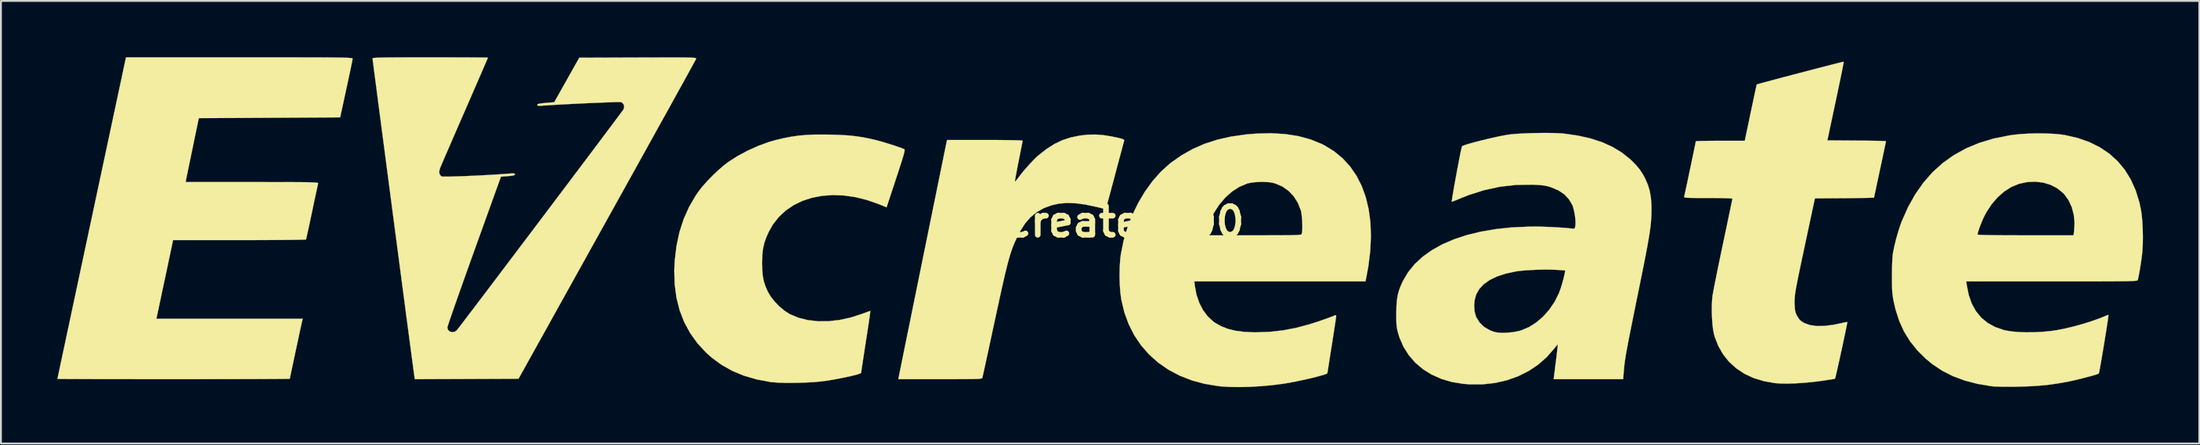
<source format=kicad_pcb>
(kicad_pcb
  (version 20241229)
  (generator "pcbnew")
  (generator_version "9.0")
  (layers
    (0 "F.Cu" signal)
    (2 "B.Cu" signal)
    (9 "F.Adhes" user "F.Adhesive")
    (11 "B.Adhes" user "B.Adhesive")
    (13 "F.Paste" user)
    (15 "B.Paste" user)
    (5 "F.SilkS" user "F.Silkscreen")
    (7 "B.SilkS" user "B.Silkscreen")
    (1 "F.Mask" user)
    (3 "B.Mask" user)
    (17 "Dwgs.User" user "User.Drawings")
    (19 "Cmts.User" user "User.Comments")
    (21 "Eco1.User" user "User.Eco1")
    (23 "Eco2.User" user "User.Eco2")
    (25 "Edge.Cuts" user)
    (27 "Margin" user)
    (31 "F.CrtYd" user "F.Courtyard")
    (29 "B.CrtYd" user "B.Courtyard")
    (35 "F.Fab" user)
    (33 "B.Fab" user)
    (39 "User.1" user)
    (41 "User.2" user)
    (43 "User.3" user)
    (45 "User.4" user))
  (footprint "EVcreate_600"
    (layer "F.Cu")
    (at 55.462 8.768)
    (property "Reference" "EVcreate_600" (at 0 0 0) (layer "F.SilkS") (effects (font (size 1.524 1.524) (thickness 0.3))))
    (attr through_hole)
    (fp_poly (pts (xy -14.321 -4.645) (xy -13.825 -4.629) (xy -13.391 -4.603) (xy -12.998 -4.563) (xy -12.623 -4.507) (xy -12.246 -4.432) (xy -11.856 -4.34) (xy -11.672 -4.29) (xy -11.454 -4.226) (xy -11.219 -4.154) (xy -10.983 -4.079) (xy -10.766 -4.006) (xy -10.583 -3.942) (xy -10.453 -3.892) (xy -10.403 -3.869) (xy -10.389 -3.85) (xy -10.385 -3.811) (xy -10.394 -3.744) (xy -10.418 -3.642) (xy -10.458 -3.496) (xy -10.517 -3.301) (xy -10.597 -3.049) (xy -10.7 -2.731) (xy -10.828 -2.342) (xy -10.841 -2.302) (xy -11.345 -0.774) (xy -11.758 -0.941) (xy -12.389 -1.163) (xy -13.013 -1.317) (xy -13.623 -1.404) (xy -14.214 -1.426) (xy -14.782 -1.385) (xy -15.32 -1.28) (xy -15.824 -1.115) (xy -16.287 -0.889) (xy -16.706 -0.605) (xy -17.075 -0.263) (xy -17.387 0.134) (xy -17.61 0.526) (xy -17.752 0.846) (xy -17.854 1.144) (xy -17.92 1.445) (xy -17.957 1.773) (xy -17.969 2.156) (xy -17.969 2.223) (xy -17.959 2.587) (xy -17.93 2.892) (xy -17.877 3.163) (xy -17.793 3.423) (xy -17.675 3.697) (xy -17.662 3.725) (xy -17.506 3.987) (xy -17.291 4.258) (xy -17.038 4.517) (xy -16.768 4.742) (xy -16.501 4.914) (xy -16.487 4.921) (xy -16.032 5.111) (xy -15.53 5.237) (xy -14.992 5.298) (xy -14.424 5.295) (xy -13.837 5.228) (xy -13.24 5.096) (xy -12.64 4.901) (xy -12.608 4.889) (xy -12.442 4.827) (xy -12.31 4.78) (xy -12.227 4.755) (xy -12.209 4.753) (xy -12.212 4.796) (xy -12.228 4.914) (xy -12.253 5.097) (xy -12.288 5.337) (xy -12.331 5.623) (xy -12.38 5.949) (xy -12.435 6.303) (xy -12.448 6.388) (xy -12.504 6.749) (xy -12.556 7.084) (xy -12.601 7.383) (xy -12.64 7.638) (xy -12.67 7.839) (xy -12.691 7.977) (xy -12.7 8.043) (xy -12.7 8.046) (xy -12.74 8.076) (xy -12.853 8.117) (xy -13.029 8.166) (xy -13.257 8.222) (xy -13.526 8.281) (xy -13.827 8.341) (xy -14.148 8.401) (xy -14.48 8.457) (xy -14.584 8.473) (xy -14.868 8.509) (xy -15.209 8.538) (xy -15.586 8.56) (xy -15.982 8.574) (xy -16.378 8.58) (xy -16.757 8.579) (xy -17.099 8.568) (xy -17.386 8.549) (xy -17.526 8.533) (xy -18.258 8.395) (xy -18.931 8.199) (xy -19.55 7.942) (xy -20.118 7.624) (xy -20.641 7.241) (xy -20.946 6.968) (xy -21.408 6.469) (xy -21.796 5.926) (xy -22.112 5.342) (xy -22.354 4.715) (xy -22.523 4.046) (xy -22.618 3.334) (xy -22.64 2.581) (xy -22.615 2.064) (xy -22.52 1.276) (xy -22.362 0.541) (xy -22.14 -0.148) (xy -21.85 -0.796) (xy -21.492 -1.41) (xy -21.365 -1.596) (xy -21.158 -1.863) (xy -20.899 -2.156) (xy -20.609 -2.457) (xy -20.304 -2.746) (xy -20.007 -3.003) (xy -19.769 -3.186) (xy -19.284 -3.498) (xy -18.744 -3.788) (xy -18.177 -4.043) (xy -17.61 -4.251) (xy -17.243 -4.357) (xy -16.814 -4.459) (xy -16.409 -4.537) (xy -16.009 -4.593) (xy -15.594 -4.629) (xy -15.145 -4.648) (xy -14.643 -4.65) (xy -14.321 -4.645)) (stroke (width 0.01) (type solid)) (fill yes) (layer "F.SilkS"))
    (fp_poly (pts (xy 0.167 -4.622) (xy 0.611 -4.552) (xy 0.944 -4.481) (xy 1.124 -4.436) (xy 1.234 -4.401) (xy 1.287 -4.368) (xy 1.297 -4.331) (xy 1.295 -4.325) (xy 1.28 -4.27) (xy 1.246 -4.142) (xy 1.195 -3.95) (xy 1.129 -3.703) (xy 1.05 -3.408) (xy 0.961 -3.076) (xy 0.865 -2.714) (xy 0.802 -2.477) (xy 0.702 -2.103) (xy 0.609 -1.756) (xy 0.526 -1.444) (xy 0.453 -1.174) (xy 0.394 -0.956) (xy 0.35 -0.797) (xy 0.325 -0.706) (xy 0.319 -0.687) (xy 0.276 -0.692) (xy 0.168 -0.714) (xy 0.009 -0.75) (xy -0.183 -0.796) (xy -0.199 -0.8) (xy -0.767 -0.92) (xy -1.277 -0.989) (xy -1.741 -1.006) (xy -2.167 -0.97) (xy -2.567 -0.882) (xy -2.949 -0.741) (xy -3.003 -0.717) (xy -3.363 -0.512) (xy -3.682 -0.251) (xy -3.966 0.074) (xy -4.222 0.471) (xy -4.361 0.739) (xy -4.44 0.904) (xy -4.512 1.06) (xy -4.578 1.215) (xy -4.641 1.374) (xy -4.702 1.545) (xy -4.763 1.732) (xy -4.825 1.942) (xy -4.891 2.182) (xy -4.961 2.457) (xy -5.038 2.773) (xy -5.122 3.138) (xy -5.217 3.556) (xy -5.322 4.035) (xy -5.441 4.58) (xy -5.574 5.198) (xy -5.672 5.652) (xy -5.77 6.108) (xy -5.863 6.541) (xy -5.95 6.944) (xy -6.029 7.308) (xy -6.098 7.627) (xy -6.156 7.894) (xy -6.202 8.1) (xy -6.233 8.24) (xy -6.248 8.305) (xy -6.249 8.308) (xy -6.258 8.324) (xy -6.279 8.338) (xy -6.319 8.349) (xy -6.385 8.359) (xy -6.484 8.366) (xy -6.621 8.372) (xy -6.805 8.376) (xy -7.041 8.379) (xy -7.337 8.38) (xy -7.699 8.382) (xy -8.134 8.382) (xy -8.496 8.382) (xy -10.721 8.382) (xy -10.697 8.266) (xy -10.67 8.129) (xy -10.628 7.922) (xy -10.573 7.649) (xy -10.505 7.316) (xy -10.427 6.929) (xy -10.338 6.493) (xy -10.241 6.013) (xy -10.135 5.496) (xy -10.024 4.947) (xy -9.907 4.371) (xy -9.785 3.774) (xy -9.661 3.161) (xy -9.534 2.538) (xy -9.407 1.911) (xy -9.279 1.285) (xy -9.153 0.665) (xy -9.03 0.058) (xy -8.91 -0.532) (xy -8.794 -1.099) (xy -8.685 -1.636) (xy -8.582 -2.14) (xy -8.488 -2.603) (xy -8.403 -3.021) (xy -8.328 -3.388) (xy -8.265 -3.699) (xy -8.214 -3.947) (xy -8.177 -4.128) (xy -8.155 -4.236) (xy -8.149 -4.265) (xy -8.126 -4.36) (xy -6.116 -4.36) (xy -5.713 -4.36) (xy -5.336 -4.358) (xy -4.995 -4.354) (xy -4.698 -4.35) (xy -4.452 -4.345) (xy -4.266 -4.339) (xy -4.148 -4.333) (xy -4.106 -4.326) (xy -4.106 -4.326) (xy -4.114 -4.277) (xy -4.137 -4.156) (xy -4.172 -3.976) (xy -4.217 -3.746) (xy -4.27 -3.48) (xy -4.318 -3.237) (xy -4.376 -2.949) (xy -4.426 -2.688) (xy -4.468 -2.465) (xy -4.498 -2.293) (xy -4.516 -2.183) (xy -4.519 -2.147) (xy -4.491 -2.158) (xy -4.431 -2.224) (xy -4.378 -2.294) (xy -4.201 -2.529) (xy -3.989 -2.787) (xy -3.761 -3.045) (xy -3.536 -3.285) (xy -3.332 -3.483) (xy -3.262 -3.544) (xy -2.832 -3.882) (xy -2.413 -4.148) (xy -1.988 -4.351) (xy -1.539 -4.497) (xy -1.058 -4.595) (xy -0.645 -4.642) (xy -0.244 -4.651) (xy 0.167 -4.622)) (stroke (width 0.01) (type solid)) (fill yes) (layer "F.SilkS"))
    (fp_poly (pts (xy 9.876 -4.674) (xy 10.575 -4.563) (xy 11.22 -4.386) (xy 11.812 -4.144) (xy 11.951 -4.074) (xy 12.465 -3.757) (xy 12.921 -3.38) (xy 13.318 -2.945) (xy 13.655 -2.455) (xy 13.932 -1.911) (xy 14.148 -1.317) (xy 14.302 -0.673) (xy 14.394 0.018) (xy 14.423 0.754) (xy 14.388 1.532) (xy 14.289 2.35) (xy 14.179 2.953) (xy 14.133 3.175) (xy 5.026 3.175) (xy 5.055 3.418) (xy 5.143 3.884) (xy 5.29 4.316) (xy 5.492 4.705) (xy 5.742 5.04) (xy 6.036 5.312) (xy 6.16 5.398) (xy 6.479 5.574) (xy 6.825 5.707) (xy 7.21 5.802) (xy 7.646 5.861) (xy 8.145 5.886) (xy 8.319 5.887) (xy 9.034 5.862) (xy 9.73 5.785) (xy 10.428 5.653) (xy 11.147 5.461) (xy 11.599 5.316) (xy 11.834 5.235) (xy 12.053 5.158) (xy 12.237 5.091) (xy 12.369 5.041) (xy 12.414 5.022) (xy 12.515 4.98) (xy 12.56 4.976) (xy 12.573 5.009) (xy 12.573 5.03) (xy 12.567 5.09) (xy 12.548 5.222) (xy 12.519 5.418) (xy 12.482 5.667) (xy 12.437 5.959) (xy 12.386 6.284) (xy 12.34 6.577) (xy 12.286 6.919) (xy 12.236 7.234) (xy 12.193 7.512) (xy 12.156 7.743) (xy 12.129 7.919) (xy 12.112 8.029) (xy 12.107 8.064) (xy 12.068 8.093) (xy 11.956 8.136) (xy 11.784 8.188) (xy 11.564 8.248) (xy 11.306 8.313) (xy 11.022 8.38) (xy 10.723 8.445) (xy 10.422 8.508) (xy 10.129 8.564) (xy 9.856 8.612) (xy 9.716 8.633) (xy 9.15 8.705) (xy 8.568 8.757) (xy 7.987 8.791) (xy 7.428 8.804) (xy 6.908 8.797) (xy 6.445 8.768) (xy 6.329 8.756) (xy 5.589 8.635) (xy 4.894 8.448) (xy 4.248 8.195) (xy 3.652 7.88) (xy 3.11 7.505) (xy 2.625 7.073) (xy 2.199 6.586) (xy 1.835 6.047) (xy 1.536 5.457) (xy 1.304 4.821) (xy 1.143 4.139) (xy 1.14 4.121) (xy 1.091 3.751) (xy 1.061 3.327) (xy 1.05 2.876) (xy 1.058 2.428) (xy 1.085 2.011) (xy 1.118 1.736) (xy 1.261 1.021) (xy 1.349 0.72) (xy 5.593 0.72) (xy 8.153 0.72) (xy 8.683 0.72) (xy 9.135 0.719) (xy 9.515 0.718) (xy 9.83 0.716) (xy 10.085 0.714) (xy 10.287 0.71) (xy 10.442 0.705) (xy 10.557 0.699) (xy 10.637 0.691) (xy 10.69 0.681) (xy 10.722 0.669) (xy 10.738 0.655) (xy 10.743 0.646) (xy 10.764 0.542) (xy 10.774 0.376) (xy 10.775 0.17) (xy 10.766 -0.054) (xy 10.749 -0.273) (xy 10.725 -0.466) (xy 10.695 -0.611) (xy 10.694 -0.614) (xy 10.534 -1.015) (xy 10.313 -1.364) (xy 10.036 -1.655) (xy 9.708 -1.883) (xy 9.336 -2.042) (xy 9.203 -2.079) (xy 8.977 -2.114) (xy 8.703 -2.128) (xy 8.411 -2.123) (xy 8.131 -2.098) (xy 7.894 -2.055) (xy 7.832 -2.037) (xy 7.422 -1.863) (xy 7.035 -1.614) (xy 6.677 -1.295) (xy 6.353 -0.913) (xy 6.07 -0.475) (xy 5.832 0.012) (xy 5.656 0.506) (xy 5.593 0.72) (xy 1.349 0.72) (xy 1.466 0.319) (xy 1.729 -0.362) (xy 2.044 -1.01) (xy 2.405 -1.618) (xy 2.808 -2.175) (xy 3.248 -2.671) (xy 3.719 -3.097) (xy 3.785 -3.149) (xy 4.352 -3.547) (xy 4.947 -3.882) (xy 5.578 -4.158) (xy 6.252 -4.377) (xy 6.976 -4.541) (xy 7.758 -4.653) (xy 8.318 -4.7) (xy 9.124 -4.72) (xy 9.876 -4.674)) (stroke (width 0.01) (type solid)) (fill yes) (layer "F.SilkS"))
    (fp_poly (pts (xy -44.945 -8.763) (xy -44.191 -8.763) (xy -43.514 -8.763) (xy -42.909 -8.762) (xy -42.372 -8.761) (xy -41.899 -8.76) (xy -41.487 -8.759) (xy -41.131 -8.757) (xy -40.827 -8.754) (xy -40.571 -8.752) (xy -40.359 -8.748) (xy -40.186 -8.744) (xy -40.05 -8.74) (xy -39.945 -8.734) (xy -39.868 -8.728) (xy -39.814 -8.721) (xy -39.78 -8.713) (xy -39.761 -8.704) (xy -39.753 -8.695) (xy -39.753 -8.689) (xy -39.762 -8.632) (xy -39.787 -8.502) (xy -39.826 -8.308) (xy -39.877 -8.061) (xy -39.939 -7.77) (xy -40.008 -7.446) (xy -40.083 -7.096) (xy -40.085 -7.091) (xy -40.415 -5.567) (xy -47.936 -5.524) (xy -48.26 -3.958) (xy -48.334 -3.6) (xy -48.404 -3.263) (xy -48.467 -2.958) (xy -48.521 -2.695) (xy -48.564 -2.484) (xy -48.595 -2.334) (xy -48.611 -2.257) (xy -48.611 -2.254) (xy -48.639 -2.117) (xy -45.102 -2.117) (xy -44.473 -2.117) (xy -43.922 -2.116) (xy -43.446 -2.116) (xy -43.039 -2.115) (xy -42.695 -2.113) (xy -42.409 -2.111) (xy -42.177 -2.108) (xy -41.992 -2.104) (xy -41.849 -2.099) (xy -41.744 -2.093) (xy -41.67 -2.086) (xy -41.623 -2.077) (xy -41.597 -2.067) (xy -41.587 -2.055) (xy -41.587 -2.043) (xy -41.601 -1.985) (xy -41.63 -1.854) (xy -41.672 -1.661) (xy -41.724 -1.415) (xy -41.786 -1.127) (xy -41.853 -0.806) (xy -41.911 -0.53) (xy -41.983 -0.192) (xy -42.049 0.119) (xy -42.109 0.394) (xy -42.159 0.624) (xy -42.198 0.798) (xy -42.224 0.907) (xy -42.234 0.941) (xy -42.278 0.946) (xy -42.401 0.951) (xy -42.596 0.955) (xy -42.857 0.959) (xy -43.177 0.963) (xy -43.551 0.966) (xy -43.972 0.969) (xy -44.434 0.971) (xy -44.93 0.973) (xy -45.455 0.974) (xy -45.779 0.974) (xy -49.304 0.974) (xy -49.57 2.233) (xy -49.648 2.602) (xy -49.731 2.993) (xy -49.814 3.384) (xy -49.893 3.755) (xy -49.962 4.083) (xy -50.015 4.329) (xy -50.192 5.165) (xy -42.409 5.165) (xy -42.433 5.26) (xy -42.448 5.327) (xy -42.478 5.463) (xy -42.52 5.655) (xy -42.571 5.894) (xy -42.63 6.167) (xy -42.693 6.464) (xy -42.76 6.773) (xy -42.826 7.083) (xy -42.89 7.384) (xy -42.949 7.663) (xy -43.002 7.911) (xy -43.045 8.115) (xy -43.076 8.264) (xy -43.093 8.348) (xy -43.095 8.361) (xy -43.137 8.364) (xy -43.258 8.366) (xy -43.455 8.368) (xy -43.723 8.37) (xy -44.056 8.372) (xy -44.45 8.374) (xy -44.902 8.376) (xy -45.404 8.377) (xy -45.954 8.379) (xy -46.547 8.38) (xy -47.177 8.381) (xy -47.84 8.381) (xy -48.532 8.382) (xy -49.248 8.382) (xy -49.276 8.382) (xy -49.992 8.382) (xy -50.685 8.382) (xy -51.349 8.381) (xy -51.981 8.38) (xy -52.575 8.38) (xy -53.127 8.379) (xy -53.632 8.378) (xy -54.085 8.376) (xy -54.482 8.375) (xy -54.818 8.374) (xy -55.088 8.372) (xy -55.287 8.371) (xy -55.412 8.369) (xy -55.457 8.367) (xy -55.457 8.367) (xy -55.448 8.325) (xy -55.422 8.204) (xy -55.381 8.008) (xy -55.324 7.74) (xy -55.253 7.406) (xy -55.169 7.008) (xy -55.071 6.551) (xy -54.962 6.038) (xy -54.842 5.473) (xy -54.712 4.861) (xy -54.572 4.204) (xy -54.424 3.508) (xy -54.268 2.776) (xy -54.105 2.011) (xy -53.936 1.218) (xy -53.762 0.401) (xy -53.657 -0.089) (xy -53.48 -0.92) (xy -53.308 -1.731) (xy -53.14 -2.516) (xy -52.979 -3.272) (xy -52.825 -3.994) (xy -52.679 -4.68) (xy -52.542 -5.324) (xy -52.414 -5.924) (xy -52.296 -6.475) (xy -52.19 -6.973) (xy -52.096 -7.413) (xy -52.015 -7.794) (xy -51.948 -8.109) (xy -51.896 -8.356) (xy -51.859 -8.53) (xy -51.838 -8.627) (xy -51.834 -8.647) (xy -51.809 -8.763) (xy -45.78 -8.763) (xy -44.945 -8.763)) (stroke (width 0.01) (type solid)) (fill yes) (layer "F.SilkS"))
    (fp_poly (pts (xy 50.304 -4.707) (xy 50.721 -4.69) (xy 51.093 -4.658) (xy 51.351 -4.621) (xy 52.028 -4.465) (xy 52.646 -4.247) (xy 53.206 -3.969) (xy 53.707 -3.63) (xy 54.147 -3.232) (xy 54.528 -2.774) (xy 54.847 -2.257) (xy 55.106 -1.682) (xy 55.302 -1.049) (xy 55.395 -0.614) (xy 55.435 -0.327) (xy 55.465 0.02) (xy 55.484 0.403) (xy 55.492 0.796) (xy 55.487 1.176) (xy 55.469 1.519) (xy 55.459 1.632) (xy 55.433 1.858) (xy 55.398 2.114) (xy 55.357 2.38) (xy 55.315 2.636) (xy 55.273 2.86) (xy 55.237 3.033) (xy 55.219 3.101) (xy 55.212 3.113) (xy 55.195 3.123) (xy 55.165 3.132) (xy 55.115 3.14) (xy 55.041 3.147) (xy 54.939 3.153) (xy 54.804 3.158) (xy 54.631 3.163) (xy 54.415 3.166) (xy 54.152 3.169) (xy 53.837 3.171) (xy 53.465 3.172) (xy 53.032 3.174) (xy 52.532 3.174) (xy 51.962 3.175) (xy 51.316 3.175) (xy 50.646 3.175) (xy 46.096 3.175) (xy 46.123 3.376) (xy 46.228 3.9) (xy 46.391 4.363) (xy 46.613 4.765) (xy 46.893 5.105) (xy 47.232 5.385) (xy 47.63 5.604) (xy 48.086 5.762) (xy 48.148 5.778) (xy 48.457 5.834) (xy 48.83 5.87) (xy 49.248 5.887) (xy 49.692 5.884) (xy 50.145 5.862) (xy 50.586 5.819) (xy 50.864 5.78) (xy 51.294 5.698) (xy 51.767 5.587) (xy 52.254 5.453) (xy 52.73 5.305) (xy 53.168 5.15) (xy 53.441 5.04) (xy 53.558 4.992) (xy 53.638 4.965) (xy 53.659 4.963) (xy 53.658 5.008) (xy 53.643 5.125) (xy 53.618 5.304) (xy 53.583 5.531) (xy 53.542 5.797) (xy 53.495 6.091) (xy 53.445 6.399) (xy 53.394 6.713) (xy 53.342 7.019) (xy 53.293 7.307) (xy 53.248 7.566) (xy 53.209 7.784) (xy 53.177 7.95) (xy 53.155 8.053) (xy 53.146 8.082) (xy 53.088 8.109) (xy 52.962 8.15) (xy 52.783 8.203) (xy 52.566 8.262) (xy 52.325 8.325) (xy 52.076 8.387) (xy 51.834 8.445) (xy 51.612 8.494) (xy 51.52 8.512) (xy 50.984 8.609) (xy 50.469 8.682) (xy 49.95 8.733) (xy 49.4 8.766) (xy 48.81 8.783) (xy 48.501 8.787) (xy 48.201 8.786) (xy 47.926 8.783) (xy 47.694 8.776) (xy 47.52 8.767) (xy 47.456 8.761) (xy 46.703 8.636) (xy 46.012 8.456) (xy 45.379 8.219) (xy 44.8 7.924) (xy 44.271 7.568) (xy 43.942 7.295) (xy 43.484 6.839) (xy 43.1 6.357) (xy 42.784 5.842) (xy 42.53 5.281) (xy 42.333 4.667) (xy 42.238 4.257) (xy 42.204 4.08) (xy 42.18 3.915) (xy 42.162 3.743) (xy 42.151 3.546) (xy 42.145 3.306) (xy 42.143 3.007) (xy 42.143 2.879) (xy 42.146 2.505) (xy 42.156 2.177) (xy 42.171 1.905) (xy 42.191 1.702) (xy 42.199 1.651) (xy 42.268 1.313) (xy 42.358 0.941) (xy 42.433 0.674) (xy 46.694 0.674) (xy 46.725 0.685) (xy 46.823 0.694) (xy 46.988 0.701) (xy 47.223 0.707) (xy 47.532 0.712) (xy 47.916 0.716) (xy 48.378 0.718) (xy 48.921 0.72) (xy 49.249 0.72) (xy 51.804 0.72) (xy 51.831 0.523) (xy 51.859 0.068) (xy 51.818 -0.369) (xy 51.711 -0.777) (xy 51.541 -1.146) (xy 51.312 -1.465) (xy 51.24 -1.541) (xy 50.935 -1.787) (xy 50.582 -1.971) (xy 50.192 -2.089) (xy 49.776 -2.139) (xy 49.346 -2.12) (xy 48.912 -2.028) (xy 48.895 -2.023) (xy 48.499 -1.86) (xy 48.12 -1.619) (xy 47.766 -1.309) (xy 47.445 -0.935) (xy 47.164 -0.506) (xy 47.059 -0.308) (xy 46.984 -0.148) (xy 46.905 0.039) (xy 46.829 0.234) (xy 46.764 0.417) (xy 46.716 0.567) (xy 46.694 0.663) (xy 46.694 0.674) (xy 42.433 0.674) (xy 42.463 0.567) (xy 42.572 0.222) (xy 42.659 -0.016) (xy 42.995 -0.774) (xy 43.38 -1.464) (xy 43.816 -2.086) (xy 44.302 -2.641) (xy 44.84 -3.129) (xy 45.431 -3.551) (xy 46.075 -3.908) (xy 46.774 -4.201) (xy 47.529 -4.43) (xy 48.339 -4.595) (xy 48.627 -4.637) (xy 49.005 -4.676) (xy 49.425 -4.701) (xy 49.865 -4.711) (xy 50.304 -4.707)) (stroke (width 0.01) (type solid)) (fill yes) (layer "F.SilkS"))
    (fp_poly (pts (xy 39.571 -8.485) (xy 39.549 -8.367) (xy 39.514 -8.181) (xy 39.465 -7.937) (xy 39.404 -7.641) (xy 39.334 -7.302) (xy 39.256 -6.927) (xy 39.171 -6.525) (xy 39.15 -6.425) (xy 38.706 -4.339) (xy 40.265 -4.328) (xy 40.619 -4.325) (xy 40.945 -4.321) (xy 41.234 -4.317) (xy 41.475 -4.312) (xy 41.66 -4.307) (xy 41.78 -4.302) (xy 41.825 -4.297) (xy 41.825 -4.297) (xy 41.817 -4.252) (xy 41.792 -4.134) (xy 41.754 -3.953) (xy 41.704 -3.716) (xy 41.645 -3.435) (xy 41.577 -3.118) (xy 41.508 -2.794) (xy 41.435 -2.452) (xy 41.368 -2.137) (xy 41.308 -1.857) (xy 41.259 -1.624) (xy 41.221 -1.445) (xy 41.198 -1.331) (xy 41.19 -1.291) (xy 41.15 -1.286) (xy 41.033 -1.281) (xy 40.851 -1.276) (xy 40.612 -1.272) (xy 40.326 -1.267) (xy 40.001 -1.263) (xy 39.647 -1.26) (xy 39.616 -1.26) (xy 38.043 -1.249) (xy 37.564 0.995) (xy 37.444 1.559) (xy 37.34 2.047) (xy 37.252 2.467) (xy 37.178 2.823) (xy 37.117 3.124) (xy 37.069 3.375) (xy 37.03 3.585) (xy 37.002 3.758) (xy 36.982 3.903) (xy 36.969 4.026) (xy 36.962 4.133) (xy 36.959 4.232) (xy 36.961 4.329) (xy 36.964 4.419) (xy 36.977 4.62) (xy 36.997 4.764) (xy 37.033 4.882) (xy 37.091 5.003) (xy 37.111 5.04) (xy 37.21 5.192) (xy 37.321 5.298) (xy 37.478 5.392) (xy 37.479 5.393) (xy 37.772 5.5) (xy 38.127 5.552) (xy 38.541 5.548) (xy 39.013 5.489) (xy 39.383 5.413) (xy 39.549 5.376) (xy 39.679 5.35) (xy 39.756 5.339) (xy 39.768 5.34) (xy 39.763 5.384) (xy 39.741 5.499) (xy 39.706 5.675) (xy 39.66 5.899) (xy 39.605 6.16) (xy 39.544 6.448) (xy 39.479 6.75) (xy 39.412 7.056) (xy 39.347 7.355) (xy 39.285 7.634) (xy 39.229 7.883) (xy 39.181 8.091) (xy 39.144 8.246) (xy 39.121 8.337) (xy 39.114 8.356) (xy 39.067 8.369) (xy 38.949 8.39) (xy 38.774 8.418) (xy 38.555 8.451) (xy 38.305 8.487) (xy 38.289 8.489) (xy 37.857 8.541) (xy 37.421 8.58) (xy 36.997 8.607) (xy 36.601 8.619) (xy 36.251 8.616) (xy 35.963 8.598) (xy 35.911 8.592) (xy 35.315 8.485) (xy 34.779 8.321) (xy 34.298 8.097) (xy 33.867 7.811) (xy 33.481 7.461) (xy 33.453 7.432) (xy 33.155 7.054) (xy 32.908 6.62) (xy 32.721 6.147) (xy 32.676 5.99) (xy 32.63 5.76) (xy 32.595 5.469) (xy 32.571 5.138) (xy 32.559 4.791) (xy 32.56 4.451) (xy 32.576 4.139) (xy 32.595 3.954) (xy 32.613 3.843) (xy 32.647 3.657) (xy 32.695 3.407) (xy 32.756 3.1) (xy 32.827 2.746) (xy 32.907 2.354) (xy 32.994 1.933) (xy 33.086 1.491) (xy 33.15 1.188) (xy 33.242 0.751) (xy 33.329 0.338) (xy 33.409 -0.043) (xy 33.48 -0.384) (xy 33.542 -0.678) (xy 33.591 -0.918) (xy 33.628 -1.095) (xy 33.649 -1.204) (xy 33.655 -1.235) (xy 33.614 -1.244) (xy 33.499 -1.252) (xy 33.32 -1.259) (xy 33.087 -1.264) (xy 32.81 -1.268) (xy 32.5 -1.27) (xy 32.361 -1.27) (xy 31.996 -1.27) (xy 31.707 -1.271) (xy 31.485 -1.274) (xy 31.322 -1.278) (xy 31.21 -1.285) (xy 31.139 -1.294) (xy 31.101 -1.307) (xy 31.087 -1.324) (xy 31.089 -1.344) (xy 31.103 -1.403) (xy 31.131 -1.531) (xy 31.171 -1.717) (xy 31.221 -1.949) (xy 31.278 -2.217) (xy 31.339 -2.508) (xy 31.403 -2.81) (xy 31.466 -3.113) (xy 31.527 -3.404) (xy 31.583 -3.673) (xy 31.631 -3.907) (xy 31.67 -4.095) (xy 31.696 -4.226) (xy 31.707 -4.287) (xy 31.708 -4.29) (xy 31.748 -4.297) (xy 31.863 -4.303) (xy 32.043 -4.309) (xy 32.276 -4.313) (xy 32.553 -4.316) (xy 32.864 -4.318) (xy 33.01 -4.318) (xy 34.313 -4.318) (xy 34.626 -5.81) (xy 34.698 -6.153) (xy 34.765 -6.469) (xy 34.824 -6.749) (xy 34.875 -6.982) (xy 34.913 -7.161) (xy 34.939 -7.275) (xy 34.948 -7.315) (xy 34.991 -7.33) (xy 35.106 -7.363) (xy 35.285 -7.413) (xy 35.52 -7.476) (xy 35.8 -7.551) (xy 36.117 -7.636) (xy 36.463 -7.728) (xy 36.828 -7.824) (xy 37.203 -7.923) (xy 37.58 -8.021) (xy 37.949 -8.118) (xy 38.301 -8.209) (xy 38.628 -8.294) (xy 38.921 -8.369) (xy 39.171 -8.432) (xy 39.368 -8.482) (xy 39.505 -8.515) (xy 39.571 -8.529) (xy 39.576 -8.529) (xy 39.571 -8.485)) (stroke (width 0.01) (type solid)) (fill yes) (layer "F.SilkS"))
    (fp_poly (pts (xy 24.054 -4.732) (xy 24.373 -4.723) (xy 24.634 -4.706) (xy 24.694 -4.7) (xy 25.439 -4.593) (xy 26.116 -4.44) (xy 26.728 -4.239) (xy 27.279 -3.989) (xy 27.773 -3.689) (xy 28.213 -3.337) (xy 28.293 -3.263) (xy 28.539 -3.011) (xy 28.733 -2.775) (xy 28.896 -2.524) (xy 29.02 -2.291) (xy 29.16 -1.967) (xy 29.258 -1.638) (xy 29.319 -1.282) (xy 29.347 -0.879) (xy 29.349 -0.635) (xy 29.347 -0.44) (xy 29.339 -0.248) (xy 29.326 -0.051) (xy 29.306 0.158) (xy 29.279 0.387) (xy 29.242 0.643) (xy 29.194 0.934) (xy 29.135 1.268) (xy 29.063 1.652) (xy 28.978 2.094) (xy 28.877 2.6) (xy 28.76 3.18) (xy 28.719 3.382) (xy 28.584 4.043) (xy 28.465 4.627) (xy 28.362 5.14) (xy 28.272 5.589) (xy 28.194 5.979) (xy 28.128 6.316) (xy 28.073 6.607) (xy 28.027 6.857) (xy 27.989 7.074) (xy 27.958 7.262) (xy 27.934 7.428) (xy 27.914 7.578) (xy 27.898 7.717) (xy 27.885 7.853) (xy 27.873 7.992) (xy 27.868 8.051) (xy 27.843 8.382) (xy 24.146 8.382) (xy 24.261 7.461) (xy 24.294 7.192) (xy 24.323 6.954) (xy 24.345 6.757) (xy 24.36 6.614) (xy 24.366 6.538) (xy 24.365 6.529) (xy 24.336 6.554) (xy 24.271 6.63) (xy 24.184 6.74) (xy 23.78 7.205) (xy 23.319 7.61) (xy 22.807 7.952) (xy 22.25 8.23) (xy 21.653 8.442) (xy 21.02 8.586) (xy 20.359 8.659) (xy 19.673 8.659) (xy 19.324 8.631) (xy 18.723 8.532) (xy 18.164 8.366) (xy 17.653 8.138) (xy 17.192 7.851) (xy 16.787 7.507) (xy 16.441 7.11) (xy 16.158 6.663) (xy 15.943 6.17) (xy 15.867 5.924) (xy 15.829 5.774) (xy 15.803 5.634) (xy 15.785 5.484) (xy 15.776 5.304) (xy 15.773 5.075) (xy 15.773 4.868) (xy 15.781 4.49) (xy 15.783 4.474) (xy 19.915 4.474) (xy 19.939 4.776) (xy 20.012 5.043) (xy 20.029 5.083) (xy 20.208 5.371) (xy 20.452 5.604) (xy 20.758 5.782) (xy 20.997 5.869) (xy 21.202 5.905) (xy 21.461 5.916) (xy 21.75 5.903) (xy 22.043 5.869) (xy 22.315 5.813) (xy 22.421 5.782) (xy 22.83 5.609) (xy 23.221 5.361) (xy 23.585 5.048) (xy 23.912 4.68) (xy 24.193 4.266) (xy 24.418 3.816) (xy 24.438 3.767) (xy 24.518 3.546) (xy 24.599 3.284) (xy 24.672 3.018) (xy 24.727 2.784) (xy 24.738 2.724) (xy 24.761 2.59) (xy 24.308 2.559) (xy 24.013 2.546) (xy 23.67 2.544) (xy 23.304 2.551) (xy 22.937 2.567) (xy 22.592 2.59) (xy 22.293 2.62) (xy 22.119 2.645) (xy 21.588 2.761) (xy 21.128 2.913) (xy 20.74 3.101) (xy 20.426 3.324) (xy 20.187 3.58) (xy 20.025 3.87) (xy 20.02 3.882) (xy 19.942 4.166) (xy 19.915 4.474) (xy 15.783 4.474) (xy 15.806 4.173) (xy 15.851 3.898) (xy 15.921 3.64) (xy 16.021 3.38) (xy 16.131 3.144) (xy 16.406 2.678) (xy 16.756 2.249) (xy 17.177 1.859) (xy 17.667 1.509) (xy 18.222 1.199) (xy 18.841 0.932) (xy 19.521 0.707) (xy 20.259 0.526) (xy 21.053 0.39) (xy 21.899 0.3) (xy 22.797 0.258) (xy 23.156 0.254) (xy 23.432 0.258) (xy 23.744 0.267) (xy 24.072 0.281) (xy 24.396 0.299) (xy 24.695 0.319) (xy 24.947 0.341) (xy 25.112 0.36) (xy 25.215 0.369) (xy 25.265 0.343) (xy 25.292 0.261) (xy 25.299 0.222) (xy 25.311 0.055) (xy 25.298 -0.163) (xy 25.266 -0.404) (xy 25.218 -0.639) (xy 25.159 -0.839) (xy 25.132 -0.906) (xy 24.951 -1.211) (xy 24.71 -1.465) (xy 24.404 -1.671) (xy 24.029 -1.832) (xy 23.982 -1.848) (xy 23.831 -1.893) (xy 23.686 -1.926) (xy 23.527 -1.948) (xy 23.332 -1.964) (xy 23.08 -1.976) (xy 22.984 -1.979) (xy 22.123 -1.965) (xy 21.273 -1.867) (xy 20.434 -1.685) (xy 19.608 -1.42) (xy 19.236 -1.272) (xy 19.048 -1.193) (xy 18.891 -1.13) (xy 18.779 -1.087) (xy 18.728 -1.072) (xy 18.726 -1.072) (xy 18.728 -1.118) (xy 18.744 -1.235) (xy 18.771 -1.412) (xy 18.809 -1.638) (xy 18.855 -1.901) (xy 18.907 -2.189) (xy 18.962 -2.491) (xy 19.018 -2.795) (xy 19.074 -3.089) (xy 19.127 -3.363) (xy 19.175 -3.605) (xy 19.216 -3.802) (xy 19.247 -3.944) (xy 19.268 -4.02) (xy 19.272 -4.028) (xy 19.367 -4.07) (xy 19.531 -4.126) (xy 19.751 -4.191) (xy 20.015 -4.263) (xy 20.307 -4.338) (xy 20.616 -4.413) (xy 20.927 -4.485) (xy 21.228 -4.55) (xy 21.504 -4.604) (xy 21.696 -4.638) (xy 21.922 -4.666) (xy 22.214 -4.69) (xy 22.556 -4.709) (xy 22.928 -4.724) (xy 23.314 -4.732) (xy 23.695 -4.735) (xy 24.054 -4.732)) (stroke (width 0.01) (type solid)) (fill yes) (layer "F.SilkS"))
    (fp_poly (pts (xy -35.122 -8.763) (xy -34.646 -8.762) (xy -34.202 -8.761) (xy -33.797 -8.76) (xy -33.438 -8.758) (xy -33.131 -8.756) (xy -32.882 -8.753) (xy -32.699 -8.751) (xy -32.587 -8.748) (xy -32.554 -8.745) (xy -32.571 -8.705) (xy -32.618 -8.593) (xy -32.695 -8.415) (xy -32.797 -8.178) (xy -32.922 -7.888) (xy -33.068 -7.552) (xy -33.232 -7.174) (xy -33.411 -6.762) (xy -33.602 -6.321) (xy -33.786 -5.898) (xy -33.99 -5.431) (xy -34.185 -4.983) (xy -34.369 -4.559) (xy -34.538 -4.168) (xy -34.691 -3.815) (xy -34.824 -3.508) (xy -34.934 -3.252) (xy -35.019 -3.055) (xy -35.075 -2.924) (xy -35.098 -2.869) (xy -35.147 -2.676) (xy -35.125 -2.528) (xy -35.032 -2.426) (xy -35.015 -2.416) (xy -34.956 -2.409) (xy -34.823 -2.406) (xy -34.625 -2.408) (xy -34.374 -2.414) (xy -34.078 -2.424) (xy -33.748 -2.436) (xy -33.394 -2.451) (xy -33.027 -2.469) (xy -32.655 -2.488) (xy -32.29 -2.509) (xy -31.942 -2.531) (xy -31.62 -2.553) (xy -31.464 -2.565) (xy -31.29 -2.576) (xy -31.185 -2.576) (xy -31.131 -2.563) (xy -31.115 -2.534) (xy -31.115 -2.528) (xy -31.134 -2.495) (xy -31.198 -2.47) (xy -31.323 -2.45) (xy -31.488 -2.435) (xy -31.862 -2.405) (xy -33.288 1.56) (xy -33.488 2.117) (xy -33.679 2.653) (xy -33.861 3.163) (xy -34.03 3.64) (xy -34.185 4.08) (xy -34.324 4.477) (xy -34.445 4.825) (xy -34.546 5.118) (xy -34.625 5.352) (xy -34.68 5.52) (xy -34.709 5.617) (xy -34.713 5.639) (xy -34.678 5.758) (xy -34.587 5.841) (xy -34.464 5.878) (xy -34.334 5.864) (xy -34.221 5.791) (xy -34.218 5.789) (xy -34.179 5.74) (xy -34.092 5.628) (xy -33.961 5.457) (xy -33.79 5.232) (xy -33.58 4.956) (xy -33.336 4.635) (xy -33.061 4.272) (xy -32.758 3.871) (xy -32.429 3.437) (xy -32.079 2.973) (xy -31.711 2.485) (xy -31.327 1.977) (xy -30.931 1.452) (xy -30.525 0.915) (xy -30.115 0.37) (xy -29.701 -0.179) (xy -29.288 -0.727) (xy -28.879 -1.27) (xy -28.477 -1.804) (xy -28.085 -2.325) (xy -27.706 -2.828) (xy -27.344 -3.31) (xy -27.002 -3.765) (xy -26.683 -4.191) (xy -26.39 -4.581) (xy -26.126 -4.934) (xy -25.894 -5.243) (xy -25.699 -5.505) (xy -25.542 -5.715) (xy -25.428 -5.87) (xy -25.358 -5.965) (xy -25.338 -5.995) (xy -25.304 -6.132) (xy -25.335 -6.26) (xy -25.419 -6.354) (xy -25.478 -6.379) (xy -25.538 -6.382) (xy -25.673 -6.381) (xy -25.873 -6.376) (xy -26.127 -6.367) (xy -26.426 -6.356) (xy -26.76 -6.342) (xy -27.119 -6.327) (xy -27.493 -6.31) (xy -27.872 -6.291) (xy -28.246 -6.273) (xy -28.606 -6.254) (xy -28.941 -6.235) (xy -29.241 -6.217) (xy -29.497 -6.201) (xy -29.623 -6.192) (xy -29.784 -6.182) (xy -29.878 -6.186) (xy -29.921 -6.204) (xy -29.93 -6.232) (xy -29.912 -6.263) (xy -29.851 -6.287) (xy -29.733 -6.307) (xy -29.548 -6.327) (xy -29.478 -6.333) (xy -29.026 -6.371) (xy -28.36 -7.556) (xy -27.694 -8.742) (xy -24.573 -8.753) (xy -23.985 -8.755) (xy -23.475 -8.756) (xy -23.038 -8.757) (xy -22.669 -8.757) (xy -22.363 -8.756) (xy -22.113 -8.754) (xy -21.914 -8.751) (xy -21.76 -8.747) (xy -21.646 -8.742) (xy -21.566 -8.735) (xy -21.515 -8.726) (xy -21.486 -8.716) (xy -21.474 -8.704) (xy -21.474 -8.69) (xy -21.474 -8.689) (xy -21.497 -8.646) (xy -21.558 -8.532) (xy -21.657 -8.35) (xy -21.792 -8.105) (xy -21.961 -7.798) (xy -22.161 -7.434) (xy -22.392 -7.017) (xy -22.651 -6.548) (xy -22.936 -6.031) (xy -23.247 -5.471) (xy -23.58 -4.87) (xy -23.934 -4.23) (xy -24.307 -3.557) (xy -24.697 -2.853) (xy -25.104 -2.121) (xy -25.523 -1.365) (xy -25.955 -0.587) (xy -26.211 -0.127) (xy -30.925 8.361) (xy -33.683 8.372) (xy -36.441 8.383) (xy -36.467 8.224) (xy -36.476 8.161) (xy -36.496 8.019) (xy -36.524 7.805) (xy -36.562 7.522) (xy -36.608 7.176) (xy -36.662 6.771) (xy -36.723 6.312) (xy -36.79 5.804) (xy -36.863 5.252) (xy -36.941 4.661) (xy -37.023 4.035) (xy -37.11 3.38) (xy -37.199 2.7) (xy -37.291 2) (xy -37.385 1.285) (xy -37.481 0.56) (xy -37.577 -0.17) (xy -37.673 -0.901) (xy -37.768 -1.627) (xy -37.862 -2.345) (xy -37.955 -3.048) (xy -38.044 -3.732) (xy -38.131 -4.392) (xy -38.214 -5.024) (xy -38.292 -5.622) (xy -38.365 -6.182) (xy -38.433 -6.699) (xy -38.494 -7.167) (xy -38.548 -7.583) (xy -38.595 -7.941) (xy -38.633 -8.236) (xy -38.662 -8.464) (xy -38.682 -8.62) (xy -38.692 -8.698) (xy -38.693 -8.706) (xy -38.68 -8.717) (xy -38.64 -8.727) (xy -38.567 -8.735) (xy -38.455 -8.742) (xy -38.3 -8.748) (xy -38.095 -8.752) (xy -37.837 -8.756) (xy -37.52 -8.759) (xy -37.138 -8.761) (xy -36.686 -8.762) (xy -36.16 -8.763) (xy -35.623 -8.763) (xy -35.122 -8.763)) (stroke (width 0.01) (type solid)) (fill yes) (layer "F.SilkS")))
  (gr_rect
    (start -3 -3)
    (end 113.958 20.577)
    (stroke (width 0.1) (type default))
    (fill no)
    (layer "Edge.Cuts")))
</source>
